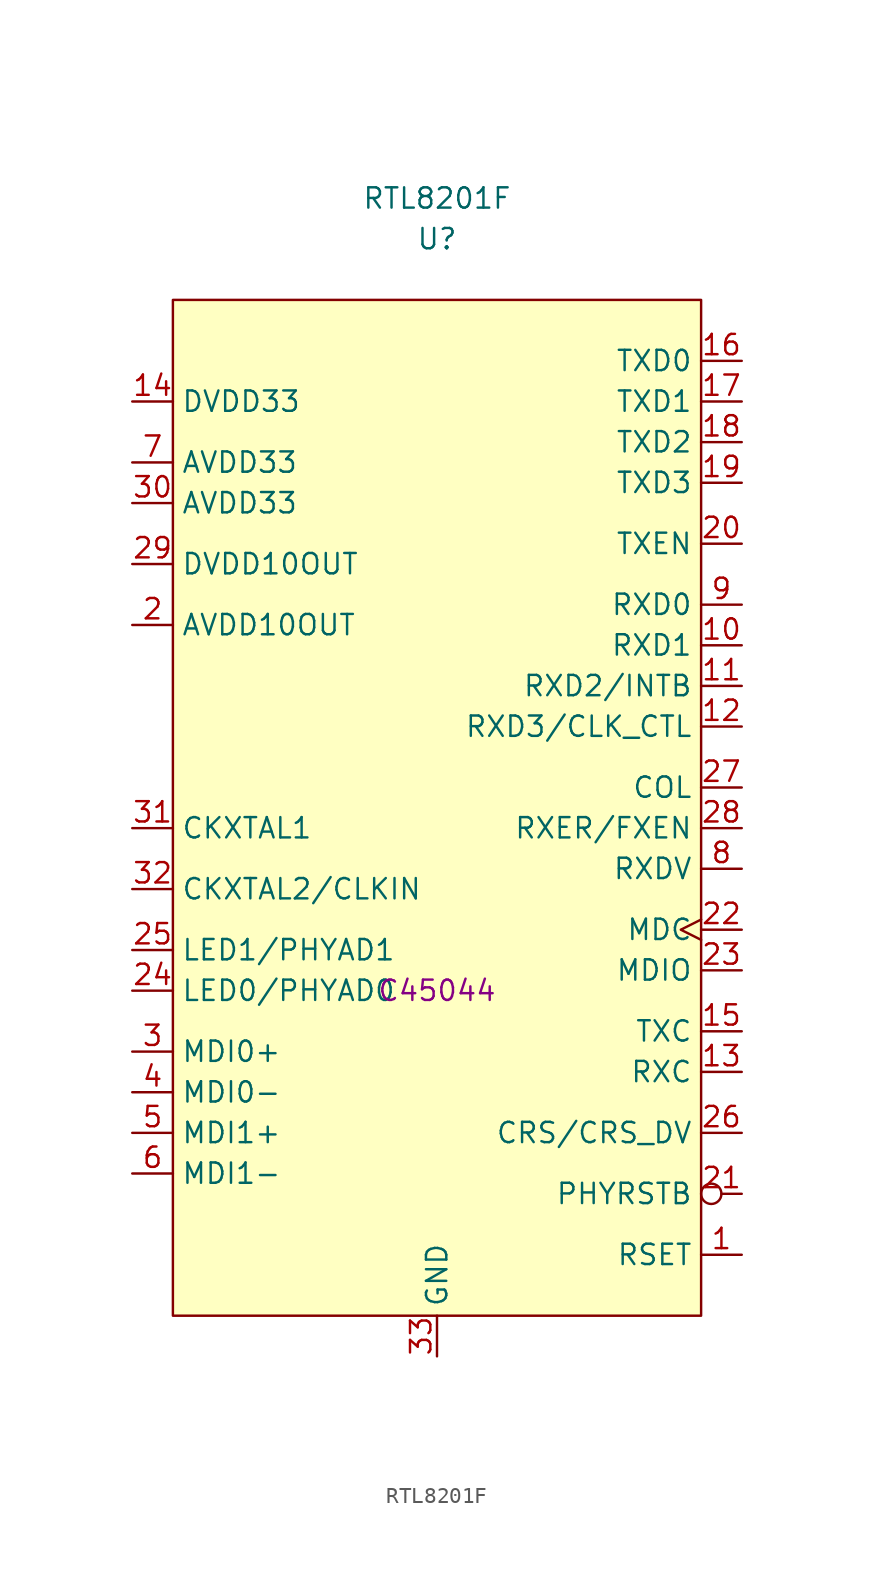
<source format=kicad_sym>
(kicad_symbol_lib
  (version 20211014)
  (generator kicad_symbol_editor)
  (symbol "RTL8201F"
    (property "Reference" "U"
      (at 0 46.99 0)
      (effects (font (size 1.27 1.27))))
    (property "Value" "RTL8201F"
      (at 0 49.53 0)
      (effects (font (size 1.27 1.27))))
    (property "LCSC" "C45044"
      (at 0 0 0)
      (effects (font (size 1.27 1.27))))
    (symbol "RTL8201F_0_1"
      (rectangle (start -16.51 43.18) (end 16.51 -20.32) (stroke (width 0) (type default) (color 0 0 0 0)) (fill (type background))))
    (symbol "RTL8201F_1_1"
      (pin input line (at 19.05 -16.51 180) (length 2.54) (name "RSET" (effects (font (size 1.27 1.27)))) (number "1" (effects (font (size 1.27 1.27)))))
      (pin unspecified line (at 19.05 21.59 180) (length 2.54) (name "RXD1" (effects (font (size 1.27 1.27)))) (number "10" (effects (font (size 1.27 1.27)))))
      (pin unspecified line (at 19.05 19.05 180) (length 2.54) (name "RXD2/INTB" (effects (font (size 1.27 1.27)))) (number "11" (effects (font (size 1.27 1.27)))))
      (pin unspecified line (at 19.05 16.51 180) (length 2.54) (name "RXD3/CLK_CTL" (effects (font (size 1.27 1.27)))) (number "12" (effects (font (size 1.27 1.27)))))
      (pin unspecified line (at 19.05 -5.08 180) (length 2.54) (name "RXC" (effects (font (size 1.27 1.27)))) (number "13" (effects (font (size 1.27 1.27)))))
      (pin unspecified line (at -19.05 36.83 0) (length 2.54) (name "DVDD33" (effects (font (size 1.27 1.27)))) (number "14" (effects (font (size 1.27 1.27)))))
      (pin unspecified line (at 19.05 -2.54 180) (length 2.54) (name "TXC" (effects (font (size 1.27 1.27)))) (number "15" (effects (font (size 1.27 1.27)))))
      (pin unspecified line (at 19.05 39.37 180) (length 2.54) (name "TXD0" (effects (font (size 1.27 1.27)))) (number "16" (effects (font (size 1.27 1.27)))))
      (pin unspecified line (at 19.05 36.83 180) (length 2.54) (name "TXD1" (effects (font (size 1.27 1.27)))) (number "17" (effects (font (size 1.27 1.27)))))
      (pin unspecified line (at 19.05 34.29 180) (length 2.54) (name "TXD2" (effects (font (size 1.27 1.27)))) (number "18" (effects (font (size 1.27 1.27)))))
      (pin unspecified line (at 19.05 31.75 180) (length 2.54) (name "TXD3" (effects (font (size 1.27 1.27)))) (number "19" (effects (font (size 1.27 1.27)))))
      (pin unspecified line (at -19.05 22.86 0) (length 2.54) (name "AVDD10OUT" (effects (font (size 1.27 1.27)))) (number "2" (effects (font (size 1.27 1.27)))))
      (pin unspecified line (at 19.05 27.94 180) (length 2.54) (name "TXEN" (effects (font (size 1.27 1.27)))) (number "20" (effects (font (size 1.27 1.27)))))
      (pin input inverted (at 19.05 -12.7 180) (length 2.54) (name "PHYRSTB" (effects (font (size 1.27 1.27)))) (number "21" (effects (font (size 1.27 1.27)))))
      (pin unspecified clock (at 19.05 3.81 180) (length 2.54) (name "MDC" (effects (font (size 1.27 1.27)))) (number "22" (effects (font (size 1.27 1.27)))))
      (pin unspecified line (at 19.05 1.27 180) (length 2.54) (name "MDIO" (effects (font (size 1.27 1.27)))) (number "23" (effects (font (size 1.27 1.27)))))
      (pin unspecified line (at -19.05 0 0) (length 2.54) (name "LED0/PHYAD0" (effects (font (size 1.27 1.27)))) (number "24" (effects (font (size 1.27 1.27)))))
      (pin unspecified line (at -19.05 2.54 0) (length 2.54) (name "LED1/PHYAD1" (effects (font (size 1.27 1.27)))) (number "25" (effects (font (size 1.27 1.27)))))
      (pin input line (at 19.05 -8.89 180) (length 2.54) (name "CRS/CRS_DV" (effects (font (size 1.27 1.27)))) (number "26" (effects (font (size 1.27 1.27)))))
      (pin unspecified line (at 19.05 12.7 180) (length 2.54) (name "COL" (effects (font (size 1.27 1.27)))) (number "27" (effects (font (size 1.27 1.27)))))
      (pin unspecified line (at 19.05 10.16 180) (length 2.54) (name "RXER/FXEN" (effects (font (size 1.27 1.27)))) (number "28" (effects (font (size 1.27 1.27)))))
      (pin unspecified line (at -19.05 26.67 0) (length 2.54) (name "DVDD10OUT" (effects (font (size 1.27 1.27)))) (number "29" (effects (font (size 1.27 1.27)))))
      (pin free line (at -19.05 -3.81 0) (length 2.54) (name "MDI0+" (effects (font (size 1.27 1.27)))) (number "3" (effects (font (size 1.27 1.27)))))
      (pin unspecified line (at -19.05 30.48 0) (length 2.54) (name "AVDD33" (effects (font (size 1.27 1.27)))) (number "30" (effects (font (size 1.27 1.27)))))
      (pin unspecified line (at -19.05 10.16 0) (length 2.54) (name "CKXTAL1" (effects (font (size 1.27 1.27)))) (number "31" (effects (font (size 1.27 1.27)))))
      (pin unspecified line (at -19.05 6.35 0) (length 2.54) (name "CKXTAL2/CLKIN" (effects (font (size 1.27 1.27)))) (number "32" (effects (font (size 1.27 1.27)))))
      (pin unspecified line (at 0 -22.86 90) (length 2.54) (name "GND" (effects (font (size 1.27 1.27)))) (number "33" (effects (font (size 1.27 1.27)))))
      (pin unspecified line (at -19.05 -6.35 0) (length 2.54) (name "MDI0-" (effects (font (size 1.27 1.27)))) (number "4" (effects (font (size 1.27 1.27)))))
      (pin unspecified line (at -19.05 -8.89 0) (length 2.54) (name "MDI1+" (effects (font (size 1.27 1.27)))) (number "5" (effects (font (size 1.27 1.27)))))
      (pin unspecified line (at -19.05 -11.43 0) (length 2.54) (name "MDI1-" (effects (font (size 1.27 1.27)))) (number "6" (effects (font (size 1.27 1.27)))))
      (pin unspecified line (at -19.05 33.02 0) (length 2.54) (name "AVDD33" (effects (font (size 1.27 1.27)))) (number "7" (effects (font (size 1.27 1.27)))))
      (pin unspecified line (at 19.05 7.62 180) (length 2.54) (name "RXDV" (effects (font (size 1.27 1.27)))) (number "8" (effects (font (size 1.27 1.27)))))
      (pin unspecified line (at 19.05 24.13 180) (length 2.54) (name "RXD0" (effects (font (size 1.27 1.27)))) (number "9" (effects (font (size 1.27 1.27))))))))
</source>
